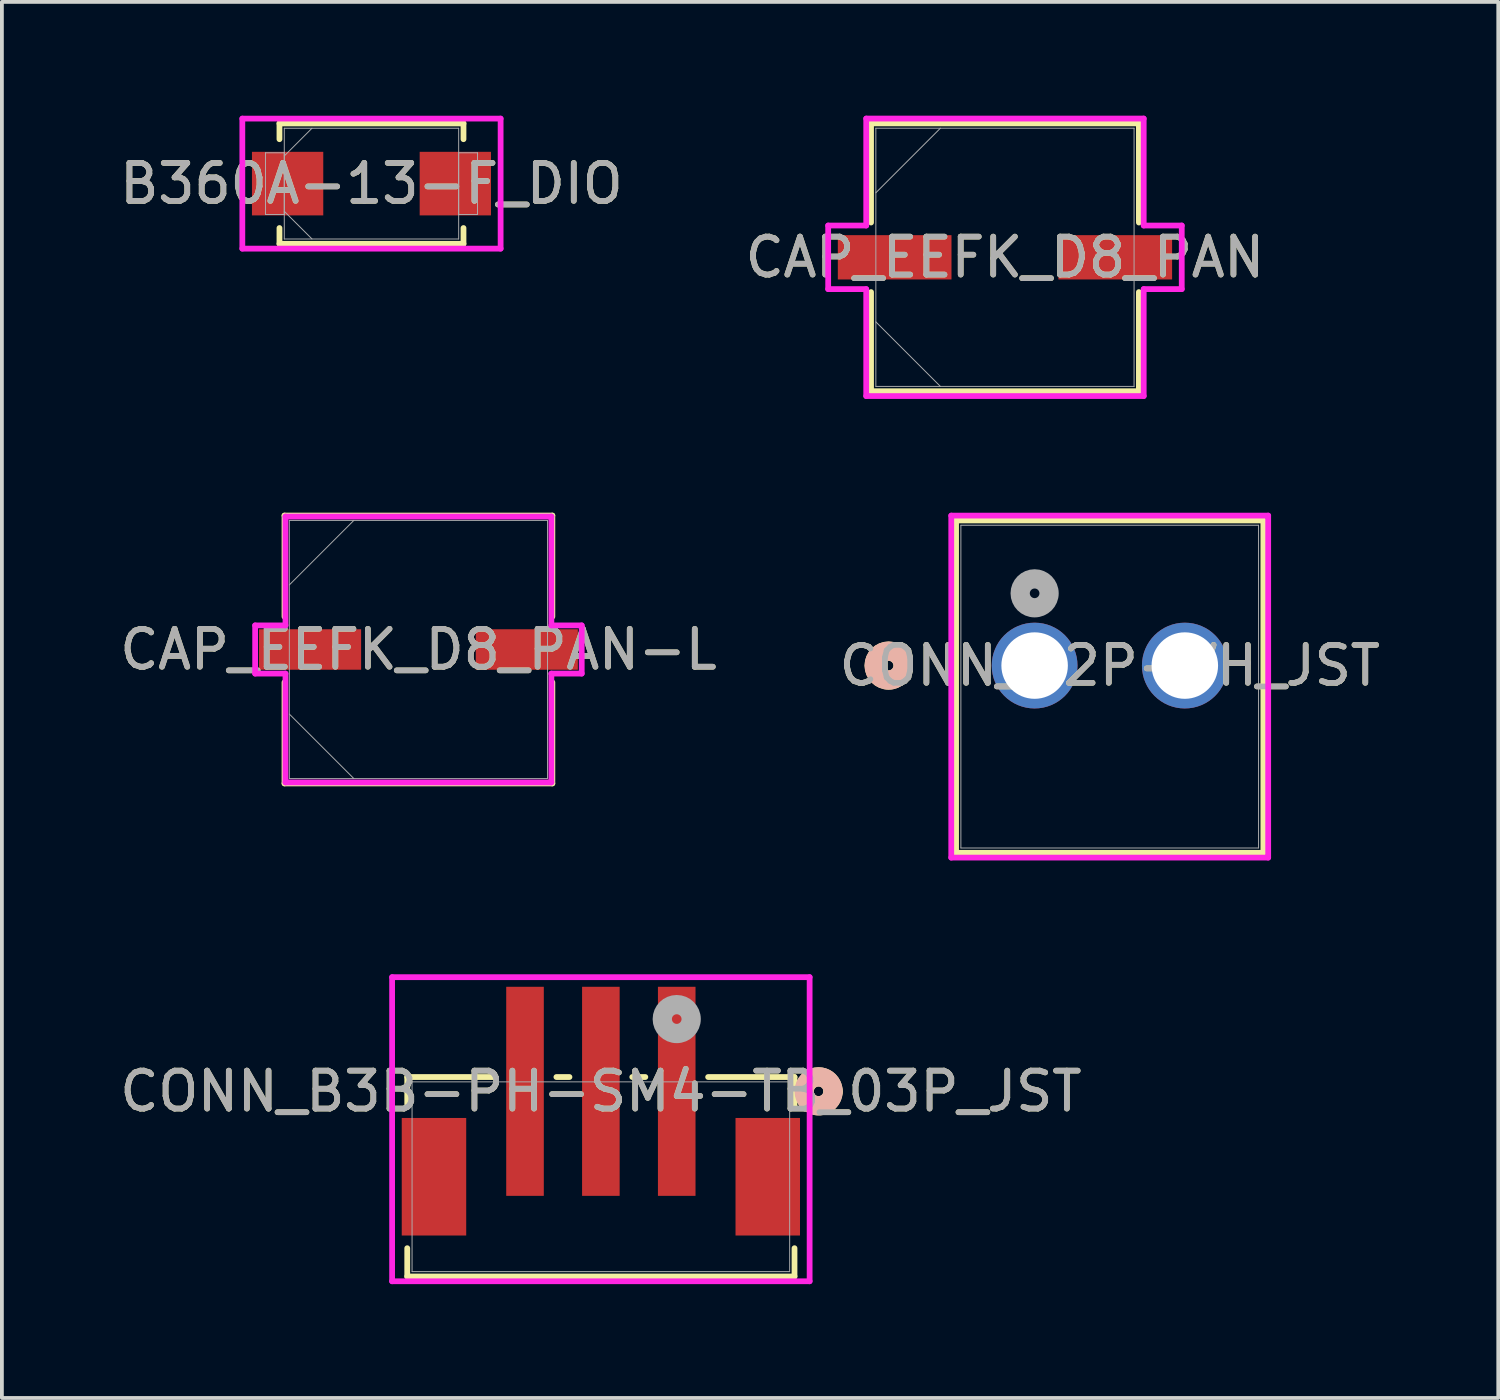
<source format=kicad_pcb>
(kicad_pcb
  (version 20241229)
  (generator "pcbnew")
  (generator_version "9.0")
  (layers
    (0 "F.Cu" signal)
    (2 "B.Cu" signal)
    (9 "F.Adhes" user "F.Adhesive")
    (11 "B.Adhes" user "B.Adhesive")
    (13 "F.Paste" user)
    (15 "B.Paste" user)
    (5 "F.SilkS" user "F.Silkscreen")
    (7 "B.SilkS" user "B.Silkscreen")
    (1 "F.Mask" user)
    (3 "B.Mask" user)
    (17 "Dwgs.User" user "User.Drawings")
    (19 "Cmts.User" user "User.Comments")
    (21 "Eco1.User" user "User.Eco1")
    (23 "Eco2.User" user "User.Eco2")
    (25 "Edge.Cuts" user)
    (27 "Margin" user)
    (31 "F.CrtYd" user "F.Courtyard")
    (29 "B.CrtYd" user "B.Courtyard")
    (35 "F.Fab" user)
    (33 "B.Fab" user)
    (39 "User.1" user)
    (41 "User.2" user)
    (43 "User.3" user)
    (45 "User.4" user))
  (footprint "B360A-13-F_DIO"
    (layer "F.Cu")
    (at 6.744 1.791)
    (property "Reference" "B360A-13-F_DIO" (at 0 0 0) (unlocked yes) (layer "F.SilkS") (effects (font (size 1 1) (thickness 0.15))))
    (attr smd)
    (fp_line (start -2.426 -1.587) (end -2.426 -1.171) (stroke (width 0.152) (type solid)) (layer "F.SilkS"))
    (fp_line (start -2.426 1.171) (end -2.426 1.587) (stroke (width 0.152) (type solid)) (layer "F.SilkS"))
    (fp_line (start -2.426 1.587) (end 2.426 1.587) (stroke (width 0.152) (type solid)) (layer "F.SilkS"))
    (fp_line (start 2.426 -1.587) (end -2.426 -1.587) (stroke (width 0.152) (type solid)) (layer "F.SilkS"))
    (fp_line (start 2.426 -1.171) (end 2.426 -1.587) (stroke (width 0.152) (type solid)) (layer "F.SilkS"))
    (fp_line (start 2.426 1.587) (end 2.426 1.171) (stroke (width 0.152) (type solid)) (layer "F.SilkS"))
    (fp_line (start -3.405 -1.714) (end 3.405 -1.714) (stroke (width 0.152) (type solid)) (layer "F.CrtYd"))
    (fp_line (start -3.405 1.714) (end -3.405 -1.714) (stroke (width 0.152) (type solid)) (layer "F.CrtYd"))
    (fp_line (start 3.405 -1.714) (end 3.405 1.714) (stroke (width 0.152) (type solid)) (layer "F.CrtYd"))
    (fp_line (start 3.405 1.714) (end -3.405 1.714) (stroke (width 0.152) (type solid)) (layer "F.CrtYd"))
    (fp_line (start -2.795 -0.813) (end -2.795 0.813) (stroke (width 0.025) (type solid)) (layer "F.Fab"))
    (fp_line (start -2.795 0.813) (end -2.299 0.813) (stroke (width 0.025) (type solid)) (layer "F.Fab"))
    (fp_line (start -2.299 -1.46) (end -2.299 1.46) (stroke (width 0.025) (type solid)) (layer "F.Fab"))
    (fp_line (start -2.299 -0.813) (end -2.795 -0.813) (stroke (width 0.025) (type solid)) (layer "F.Fab"))
    (fp_line (start -2.299 -0.73) (end -1.568 -1.46) (stroke (width 0.025) (type solid)) (layer "F.Fab"))
    (fp_line (start -2.299 0.73) (end -1.568 1.46) (stroke (width 0.025) (type solid)) (layer "F.Fab"))
    (fp_line (start -2.299 0.813) (end -2.299 -0.813) (stroke (width 0.025) (type solid)) (layer "F.Fab"))
    (fp_line (start -2.299 1.46) (end 2.299 1.46) (stroke (width 0.025) (type solid)) (layer "F.Fab"))
    (fp_line (start 2.299 -1.46) (end -2.299 -1.46) (stroke (width 0.025) (type solid)) (layer "F.Fab"))
    (fp_line (start 2.299 -0.813) (end 2.299 0.813) (stroke (width 0.025) (type solid)) (layer "F.Fab"))
    (fp_line (start 2.299 0.813) (end 2.795 0.813) (stroke (width 0.025) (type solid)) (layer "F.Fab"))
    (fp_line (start 2.299 1.46) (end 2.299 -1.46) (stroke (width 0.025) (type solid)) (layer "F.Fab"))
    (fp_line (start 2.795 -0.813) (end 2.299 -0.813) (stroke (width 0.025) (type solid)) (layer "F.Fab"))
    (fp_line (start 2.795 0.813) (end 2.795 -0.813) (stroke (width 0.025) (type solid)) (layer "F.Fab"))
    (fp_circle (center -2.211 0) (end -2.211 0) (stroke (width 0.025) (type solid)) (fill no) (layer "F.Fab"))
    (fp_text user "${REFERENCE}" (at 0 0 0) (unlocked yes) (layer "F.Fab") (effects (font (size 1 1) (thickness 0.15))))
    (pad "1" smd rect (at -2.211 0) (size 1.88 1.676) (layers "F.Cu" "F.Mask" "F.Paste"))
    (pad "2" smd rect (at 2.211 0) (size 1.88 1.676) (layers "F.Cu" "F.Mask" "F.Paste"))
    (zone (net_name "") (layer "F.Cu") (hatch full 0.508) (connect_pads) (min_thickness 0.254) (filled_areas_thickness no) (keepout (tracks not_allowed) (vias not_allowed) (pads allowed) (copperpour not_allowed) (footprints allowed)) (placement (enabled no)) (fill) (polygon (pts (xy 5.524 0.381) (xy 7.964 0.381) (xy 7.964 3.2) (xy 5.524 3.2)))))
  (footprint "CONN_B2P-VH_JST"
    (layer "F.Cu")
    (at 24.228 14.498)
    (property "Reference" "CONN_B2P-VH_JST" (at 1.98 0 0) (unlocked yes) (layer "F.SilkS") (effects (font (size 1 1) (thickness 0.15))))
    (attr through_hole)
    (fp_line (start -2.071 -3.827) (end -2.071 4.936) (stroke (width 0.152) (type solid)) (layer "F.SilkS"))
    (fp_line (start -2.071 4.936) (end 6.031 4.936) (stroke (width 0.152) (type solid)) (layer "F.SilkS"))
    (fp_line (start 6.031 -3.827) (end -2.071 -3.827) (stroke (width 0.152) (type solid)) (layer "F.SilkS"))
    (fp_line (start 6.031 4.936) (end 6.031 -3.827) (stroke (width 0.152) (type solid)) (layer "F.SilkS"))
    (fp_circle (center -3.849 0) (end -3.468 0) (stroke (width 0.508) (type solid)) (fill no) (layer "F.SilkS"))
    (fp_circle (center -3.849 0) (end -3.468 0) (stroke (width 0.508) (type solid)) (fill no) (layer "B.SilkS"))
    (fp_line (start -2.198 -3.954) (end -2.198 5.063) (stroke (width 0.152) (type solid)) (layer "F.CrtYd"))
    (fp_line (start -2.198 5.063) (end 6.158 5.063) (stroke (width 0.152) (type solid)) (layer "F.CrtYd"))
    (fp_line (start 6.158 -3.954) (end -2.198 -3.954) (stroke (width 0.152) (type solid)) (layer "F.CrtYd"))
    (fp_line (start 6.158 5.063) (end 6.158 -3.954) (stroke (width 0.152) (type solid)) (layer "F.CrtYd"))
    (fp_line (start -1.944 -3.7) (end -1.944 4.809) (stroke (width 0.025) (type solid)) (layer "F.Fab"))
    (fp_line (start -1.944 4.809) (end 5.904 4.809) (stroke (width 0.025) (type solid)) (layer "F.Fab"))
    (fp_line (start 5.904 -3.7) (end -1.944 -3.7) (stroke (width 0.025) (type solid)) (layer "F.Fab"))
    (fp_line (start 5.904 4.809) (end 5.904 -3.7) (stroke (width 0.025) (type solid)) (layer "F.Fab"))
    (fp_circle (center 0 -1.905) (end 0.381 -1.905) (stroke (width 0.508) (type solid)) (fill no) (layer "F.Fab"))
    (fp_text user "${REFERENCE}" (at 1.98 0 0) (unlocked yes) (layer "F.Fab") (effects (font (size 1 1) (thickness 0.15))))
    (pad "1" thru_hole circle (at 0 0) (size 2.261 2.261) (drill 1.753) (layers "*.Cu" "*.Mask"))
    (pad "2" thru_hole circle (at 3.96 0) (size 2.261 2.261) (drill 1.753) (layers "*.Cu" "*.Mask")))
  (footprint "CAP_EEFK_D8_PAN"
    (layer "F.Cu")
    (at 23.446 3.734)
    (property "Reference" "CAP_EEFK_D8_PAN" (at 0 0 0) (unlocked yes) (layer "F.SilkS") (effects (font (size 1 1) (thickness 0.15))))
    (attr smd)
    (fp_line (start -3.531 -3.531) (end -3.531 -0.917) (stroke (width 0.152) (type solid)) (layer "F.SilkS"))
    (fp_line (start -3.531 0.917) (end -3.531 3.531) (stroke (width 0.152) (type solid)) (layer "F.SilkS"))
    (fp_line (start -3.531 3.531) (end 3.531 3.531) (stroke (width 0.152) (type solid)) (layer "F.SilkS"))
    (fp_line (start 3.531 -3.531) (end -3.531 -3.531) (stroke (width 0.152) (type solid)) (layer "F.SilkS"))
    (fp_line (start 3.531 -0.917) (end 3.531 -3.531) (stroke (width 0.152) (type solid)) (layer "F.SilkS"))
    (fp_line (start 3.531 3.531) (end 3.531 0.917) (stroke (width 0.152) (type solid)) (layer "F.SilkS"))
    (fp_line (start -4.661 -0.838) (end -3.658 -0.838) (stroke (width 0.152) (type solid)) (layer "F.CrtYd"))
    (fp_line (start -4.661 0.838) (end -4.661 -0.838) (stroke (width 0.152) (type solid)) (layer "F.CrtYd"))
    (fp_line (start -3.658 -3.658) (end 3.658 -3.658) (stroke (width 0.152) (type solid)) (layer "F.CrtYd"))
    (fp_line (start -3.658 -0.838) (end -3.658 -3.658) (stroke (width 0.152) (type solid)) (layer "F.CrtYd"))
    (fp_line (start -3.658 0.838) (end -4.661 0.838) (stroke (width 0.152) (type solid)) (layer "F.CrtYd"))
    (fp_line (start -3.658 3.658) (end -3.658 0.838) (stroke (width 0.152) (type solid)) (layer "F.CrtYd"))
    (fp_line (start 3.658 -3.658) (end 3.658 -0.838) (stroke (width 0.152) (type solid)) (layer "F.CrtYd"))
    (fp_line (start 3.658 -0.838) (end 4.661 -0.838) (stroke (width 0.152) (type solid)) (layer "F.CrtYd"))
    (fp_line (start 3.658 0.838) (end 3.658 3.658) (stroke (width 0.152) (type solid)) (layer "F.CrtYd"))
    (fp_line (start 3.658 3.658) (end -3.658 3.658) (stroke (width 0.152) (type solid)) (layer "F.CrtYd"))
    (fp_line (start 4.661 -0.838) (end 4.661 0.838) (stroke (width 0.152) (type solid)) (layer "F.CrtYd"))
    (fp_line (start 4.661 0.838) (end 3.658 0.838) (stroke (width 0.152) (type solid)) (layer "F.CrtYd"))
    (fp_line (start -3.404 -3.404) (end -3.404 3.404) (stroke (width 0.025) (type solid)) (layer "F.Fab"))
    (fp_line (start -3.404 -1.702) (end -1.702 -3.404) (stroke (width 0.025) (type solid)) (layer "F.Fab"))
    (fp_line (start -3.404 1.702) (end -1.702 3.404) (stroke (width 0.025) (type solid)) (layer "F.Fab"))
    (fp_line (start -3.404 3.404) (end 3.404 3.404) (stroke (width 0.025) (type solid)) (layer "F.Fab"))
    (fp_line (start 3.404 -3.404) (end -3.404 -3.404) (stroke (width 0.025) (type solid)) (layer "F.Fab"))
    (fp_line (start 3.404 3.404) (end 3.404 -3.404) (stroke (width 0.025) (type solid)) (layer "F.Fab"))
    (fp_text user "${REFERENCE}" (at 0 0 0) (unlocked yes) (layer "F.Fab") (effects (font (size 1 1) (thickness 0.15))))
    (pad "1" smd rect (at -2.908 0) (size 2.997 1.168) (layers "F.Cu" "F.Mask" "F.Paste"))
    (pad "2" smd rect (at 2.908 0) (size 2.997 1.168) (layers "F.Cu" "F.Mask" "F.Paste"))
    (zone (net_name "") (layer "F.Cu") (hatch full 0.508) (connect_pads) (min_thickness 0.254) (filled_areas_thickness no) (keepout (tracks not_allowed) (vias not_allowed) (pads allowed) (copperpour not_allowed) (footprints allowed)) (placement (enabled no)) (fill) (polygon (pts (xy 20.094 0.381) (xy 26.799 0.381) (xy 26.799 3.099) (xy 20.094 3.099))))
    (zone (net_name "") (layer "F.Cu") (hatch full 0.508) (connect_pads) (min_thickness 0.254) (filled_areas_thickness no) (keepout (tracks not_allowed) (vias not_allowed) (pads allowed) (copperpour not_allowed) (footprints allowed)) (placement (enabled no)) (fill) (polygon (pts (xy 20.094 4.369) (xy 26.799 4.369) (xy 26.799 7.087) (xy 20.094 7.087))))
    (zone (net_name "") (layer "F.Cu") (hatch full 0.508) (connect_pads) (min_thickness 0.254) (filled_areas_thickness no) (keepout (tracks not_allowed) (vias not_allowed) (pads allowed) (copperpour not_allowed) (footprints allowed)) (placement (enabled no)) (fill) (polygon (pts (xy 22.088 3.099) (xy 24.805 3.099) (xy 24.805 4.369) (xy 22.088 4.369)))))
  (footprint "CAP_EEFK_D8_PAN-L"
    (layer "F.Cu")
    (at 7.982 14.074)
    (property "Reference" "CAP_EEFK_D8_PAN-L" (at 0 0 0) (unlocked yes) (layer "F.SilkS") (effects (font (size 1 1) (thickness 0.15))))
    (attr smd)
    (fp_line (start -3.531 -3.531) (end -3.531 -0.866) (stroke (width 0.152) (type solid)) (layer "F.SilkS"))
    (fp_line (start -3.531 0.866) (end -3.531 3.531) (stroke (width 0.152) (type solid)) (layer "F.SilkS"))
    (fp_line (start -3.531 3.531) (end 3.531 3.531) (stroke (width 0.152) (type solid)) (layer "F.SilkS"))
    (fp_line (start 3.531 -3.531) (end -3.531 -3.531) (stroke (width 0.152) (type solid)) (layer "F.SilkS"))
    (fp_line (start 3.531 -0.866) (end 3.531 -3.531) (stroke (width 0.152) (type solid)) (layer "F.SilkS"))
    (fp_line (start 3.531 3.531) (end 3.531 0.866) (stroke (width 0.152) (type solid)) (layer "F.SilkS"))
    (fp_line (start -4.305 -0.635) (end -3.505 -0.635) (stroke (width 0.152) (type solid)) (layer "F.CrtYd"))
    (fp_line (start -4.305 0.635) (end -4.305 -0.635) (stroke (width 0.152) (type solid)) (layer "F.CrtYd"))
    (fp_line (start -3.505 -3.505) (end 3.505 -3.505) (stroke (width 0.152) (type solid)) (layer "F.CrtYd"))
    (fp_line (start -3.505 -0.635) (end -3.505 -3.505) (stroke (width 0.152) (type solid)) (layer "F.CrtYd"))
    (fp_line (start -3.505 0.635) (end -4.305 0.635) (stroke (width 0.152) (type solid)) (layer "F.CrtYd"))
    (fp_line (start -3.505 3.505) (end -3.505 0.635) (stroke (width 0.152) (type solid)) (layer "F.CrtYd"))
    (fp_line (start 3.505 -3.505) (end 3.505 -0.635) (stroke (width 0.152) (type solid)) (layer "F.CrtYd"))
    (fp_line (start 3.505 -0.635) (end 4.305 -0.635) (stroke (width 0.152) (type solid)) (layer "F.CrtYd"))
    (fp_line (start 3.505 0.635) (end 3.505 3.505) (stroke (width 0.152) (type solid)) (layer "F.CrtYd"))
    (fp_line (start 3.505 3.505) (end -3.505 3.505) (stroke (width 0.152) (type solid)) (layer "F.CrtYd"))
    (fp_line (start 4.305 -0.635) (end 4.305 0.635) (stroke (width 0.152) (type solid)) (layer "F.CrtYd"))
    (fp_line (start 4.305 0.635) (end 3.505 0.635) (stroke (width 0.152) (type solid)) (layer "F.CrtYd"))
    (fp_line (start -3.404 -3.404) (end -3.404 3.404) (stroke (width 0.025) (type solid)) (layer "F.Fab"))
    (fp_line (start -3.404 -1.702) (end -1.702 -3.404) (stroke (width 0.025) (type solid)) (layer "F.Fab"))
    (fp_line (start -3.404 1.702) (end -1.702 3.404) (stroke (width 0.025) (type solid)) (layer "F.Fab"))
    (fp_line (start -3.404 3.404) (end 3.404 3.404) (stroke (width 0.025) (type solid)) (layer "F.Fab"))
    (fp_line (start 3.404 -3.404) (end -3.404 -3.404) (stroke (width 0.025) (type solid)) (layer "F.Fab"))
    (fp_line (start 3.404 3.404) (end 3.404 -3.404) (stroke (width 0.025) (type solid)) (layer "F.Fab"))
    (fp_text user "${REFERENCE}" (at 0 0 0) (unlocked yes) (layer "F.Fab") (effects (font (size 1 1) (thickness 0.15))))
    (pad "1" smd rect (at -2.857 0) (size 2.692 1.067) (layers "F.Cu" "F.Mask" "F.Paste"))
    (pad "2" smd rect (at 2.857 0) (size 2.692 1.067) (layers "F.Cu" "F.Mask" "F.Paste"))
    (zone (net_name "") (layer "F.Cu") (hatch full 0.508) (connect_pads) (min_thickness 0.254) (filled_areas_thickness no) (keepout (tracks not_allowed) (vias not_allowed) (pads allowed) (copperpour not_allowed) (footprints allowed)) (placement (enabled no)) (fill) (polygon (pts (xy 4.629 10.722) (xy 11.335 10.722) (xy 11.335 13.49) (xy 4.629 13.49))))
    (zone (net_name "") (layer "F.Cu") (hatch full 0.508) (connect_pads) (min_thickness 0.254) (filled_areas_thickness no) (keepout (tracks not_allowed) (vias not_allowed) (pads allowed) (copperpour not_allowed) (footprints allowed)) (placement (enabled no)) (fill) (polygon (pts (xy 4.629 14.659) (xy 11.335 14.659) (xy 11.335 17.427) (xy 4.629 17.427))))
    (zone (net_name "") (layer "F.Cu") (hatch full 0.508) (connect_pads) (min_thickness 0.254) (filled_areas_thickness no) (keepout (tracks not_allowed) (vias not_allowed) (pads allowed) (copperpour not_allowed) (footprints allowed)) (placement (enabled no)) (fill) (polygon (pts (xy 6.522 13.49) (xy 9.443 13.49) (xy 9.443 14.659) (xy 6.522 14.659)))))
  (footprint "CONN_B3B-PH-SM4-TB_03P_JST"
    (layer "F.Cu")
    (at 12.792 27.975)
    (property "Reference" "CONN_B3B-PH-SM4-TB_03P_JST" (at 0 -2.252 0) (unlocked yes) (layer "F.SilkS") (effects (font (size 1 1) (thickness 0.15))))
    (attr smd)
    (fp_line (start -5.105 -2.629) (end -5.105 -1.88) (stroke (width 0.152) (type solid)) (layer "F.SilkS"))
    (fp_line (start -5.105 1.884) (end -5.105 2.629) (stroke (width 0.152) (type solid)) (layer "F.SilkS"))
    (fp_line (start -5.105 2.629) (end 5.105 2.629) (stroke (width 0.152) (type solid)) (layer "F.SilkS"))
    (fp_line (start -2.828 -2.629) (end -5.105 -2.629) (stroke (width 0.152) (type solid)) (layer "F.SilkS"))
    (fp_line (start -0.828 -2.629) (end -1.172 -2.629) (stroke (width 0.152) (type solid)) (layer "F.SilkS"))
    (fp_line (start 1.172 -2.629) (end 0.828 -2.629) (stroke (width 0.152) (type solid)) (layer "F.SilkS"))
    (fp_line (start 5.105 -2.629) (end 2.828 -2.629) (stroke (width 0.152) (type solid)) (layer "F.SilkS"))
    (fp_line (start 5.105 -1.88) (end 5.105 -2.629) (stroke (width 0.152) (type solid)) (layer "F.SilkS"))
    (fp_line (start 5.105 2.629) (end 5.105 1.884) (stroke (width 0.152) (type solid)) (layer "F.SilkS"))
    (fp_arc (start 5.436012 -2.022815) (mid 5.619592 -2.613304) (end 6.1214 -2.251964) (stroke (width 0.508) (type solid)) (layer "F.SilkS"))
    (fp_arc (start 6.1214 -2.251964) (mid 5.967964 -1.94639) (end 5.631239 -1.886937) (stroke (width 0.508) (type solid)) (layer "F.SilkS"))
    (fp_circle (center 5.74 -2.252) (end 6.121 -2.252) (stroke (width 0.508) (type solid)) (fill no) (layer "B.SilkS"))
    (fp_line (start -5.504 -5.262) (end -5.504 2.756) (stroke (width 0.152) (type solid)) (layer "F.CrtYd"))
    (fp_line (start -5.504 2.756) (end 5.504 2.756) (stroke (width 0.152) (type solid)) (layer "F.CrtYd"))
    (fp_line (start 5.504 -5.262) (end -5.504 -5.262) (stroke (width 0.152) (type solid)) (layer "F.CrtYd"))
    (fp_line (start 5.504 2.756) (end 5.504 -5.262) (stroke (width 0.152) (type solid)) (layer "F.CrtYd"))
    (fp_line (start -4.978 -2.502) (end -4.978 2.502) (stroke (width 0.025) (type solid)) (layer "F.Fab"))
    (fp_line (start -4.978 2.502) (end 4.978 2.502) (stroke (width 0.025) (type solid)) (layer "F.Fab"))
    (fp_line (start 4.978 -2.502) (end -4.978 -2.502) (stroke (width 0.025) (type solid)) (layer "F.Fab"))
    (fp_line (start 4.978 2.502) (end 4.978 -2.502) (stroke (width 0.025) (type solid)) (layer "F.Fab"))
    (fp_circle (center 2 -4.157) (end 2.381 -4.157) (stroke (width 0.508) (type solid)) (fill no) (layer "F.Fab"))
    (fp_text user "${REFERENCE}" (at 0 -2.252 0) (unlocked yes) (layer "F.Fab") (effects (font (size 1 1) (thickness 0.15))))
    (pad "1" smd rect (at 2 -2.252) (size 0.991 5.512) (layers "F.Cu" "F.Mask" "F.Paste"))
    (pad "2" smd rect (at 0 -2.252) (size 0.991 5.512) (layers "F.Cu" "F.Mask" "F.Paste"))
    (pad "3" smd rect (at -2 -2.252) (size 0.991 5.512) (layers "F.Cu" "F.Mask" "F.Paste"))
    (pad "4" smd rect (at -4.4 0) (size 1.7 3.099) (layers "F.Cu" "F.Mask" "F.Paste"))
    (pad "5" smd rect (at 4.4 0) (size 1.7 3.099) (layers "F.Cu" "F.Mask" "F.Paste")))
  (gr_rect
    (start -3 -3)
    (end 36.452 33.807)
    (stroke (width 0.1) (type default))
    (fill no)
    (layer "Edge.Cuts")))
</source>
